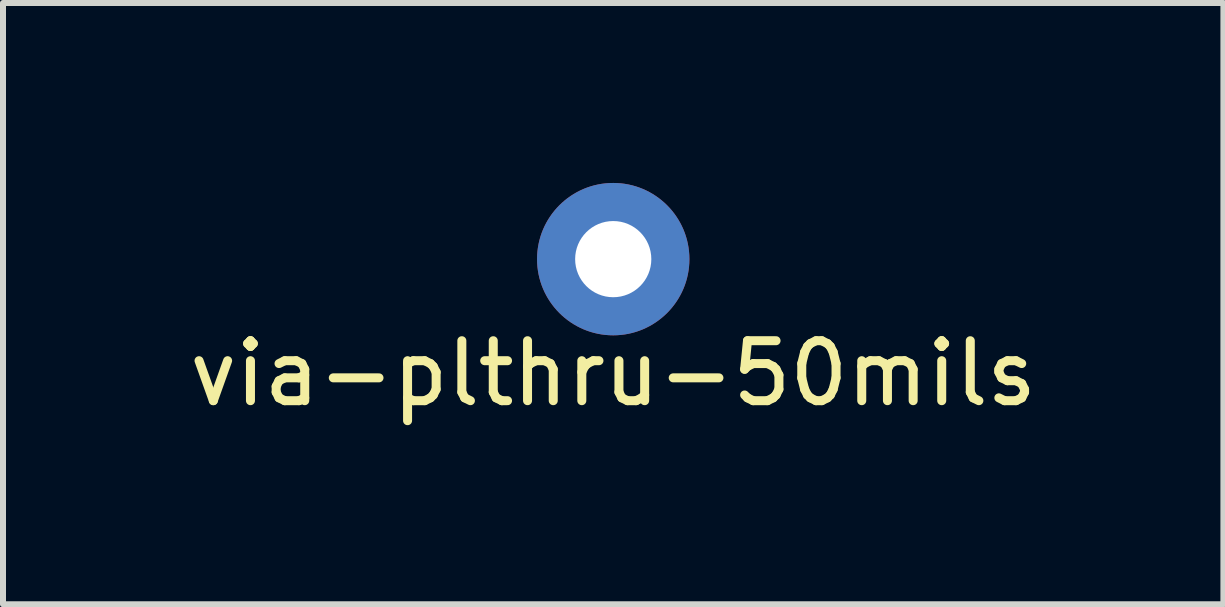
<source format=kicad_pcb>
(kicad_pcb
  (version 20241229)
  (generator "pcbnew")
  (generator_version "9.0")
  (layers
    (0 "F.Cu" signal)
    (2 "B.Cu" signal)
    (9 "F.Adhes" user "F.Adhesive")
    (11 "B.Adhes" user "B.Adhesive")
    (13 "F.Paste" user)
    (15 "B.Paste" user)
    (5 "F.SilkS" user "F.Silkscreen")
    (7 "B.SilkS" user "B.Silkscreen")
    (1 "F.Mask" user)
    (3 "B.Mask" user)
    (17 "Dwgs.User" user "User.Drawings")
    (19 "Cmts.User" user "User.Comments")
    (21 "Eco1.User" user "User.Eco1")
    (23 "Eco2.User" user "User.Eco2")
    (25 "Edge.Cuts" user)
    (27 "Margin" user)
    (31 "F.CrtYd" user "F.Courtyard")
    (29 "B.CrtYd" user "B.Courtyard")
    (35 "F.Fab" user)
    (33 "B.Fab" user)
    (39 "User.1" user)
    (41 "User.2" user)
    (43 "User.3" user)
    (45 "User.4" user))
  (footprint "via-plthru-50mils"
    (layer "F.Cu")
    (at 7.173 1.27)
    (property "Reference" "via-plthru-50mils" (at 0 1.905 0) (layer "F.SilkS") (effects (font (size 1 1) (thickness 0.15))))
    (attr through_hole)
    (pad "1" thru_hole circle (at 0 0) (size 2.54 2.54) (drill 1.27) (layers "*.Cu" "*.Mask")))
  (gr_rect
    (start -3 -3)
    (end 17.345 7.023)
    (stroke (width 0.1) (type default))
    (fill no)
    (layer "Edge.Cuts")))
</source>
